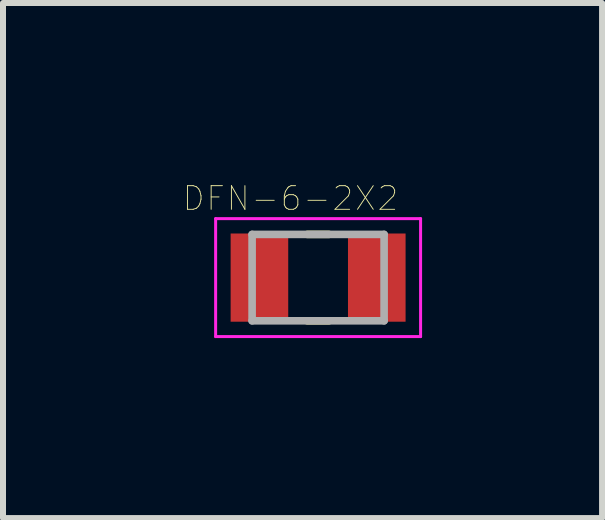
<source format=kicad_pcb>
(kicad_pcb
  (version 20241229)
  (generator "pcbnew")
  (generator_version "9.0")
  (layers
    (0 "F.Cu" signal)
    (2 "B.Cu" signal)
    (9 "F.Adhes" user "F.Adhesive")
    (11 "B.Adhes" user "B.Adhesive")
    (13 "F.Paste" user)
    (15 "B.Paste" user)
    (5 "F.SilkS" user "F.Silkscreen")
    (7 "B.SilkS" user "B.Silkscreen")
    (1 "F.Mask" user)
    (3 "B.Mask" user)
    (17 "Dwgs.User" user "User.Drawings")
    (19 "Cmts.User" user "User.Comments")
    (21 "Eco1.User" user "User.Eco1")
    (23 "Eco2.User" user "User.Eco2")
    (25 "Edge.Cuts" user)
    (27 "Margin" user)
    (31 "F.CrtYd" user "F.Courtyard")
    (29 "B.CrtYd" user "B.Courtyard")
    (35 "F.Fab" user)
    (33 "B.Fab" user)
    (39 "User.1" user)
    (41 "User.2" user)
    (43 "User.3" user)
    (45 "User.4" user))
  (footprint "DFN-6-2X2"
    (layer "F.Cu")
    (at 2.252 1.577)
    (property "Reference" "DFN-6-2X2" (at -0.46 -1.32 0) (layer "F.SilkS") (effects (font (size 0.394 0.394) (thickness 0.015))))
    (attr through_hole)
    (fp_line (start -0.18 -0.72) (end 0.18 -0.72) (stroke (width 0.127) (type solid)) (layer "F.SilkS"))
    (fp_line (start -0.18 0.72) (end 0.18 0.72) (stroke (width 0.127) (type solid)) (layer "F.SilkS"))
    (fp_line (start -1.708 -0.983) (end 1.708 -0.983) (stroke (width 0.05) (type solid)) (layer "F.CrtYd"))
    (fp_line (start -1.708 0.983) (end -1.708 -0.983) (stroke (width 0.05) (type solid)) (layer "F.CrtYd"))
    (fp_line (start -1.708 0.983) (end 1.708 0.983) (stroke (width 0.05) (type solid)) (layer "F.CrtYd"))
    (fp_line (start 1.708 0.983) (end 1.708 -0.983) (stroke (width 0.05) (type solid)) (layer "F.CrtYd"))
    (fp_line (start -1.1 0.72) (end -1.1 -0.72) (stroke (width 0.127) (type solid)) (layer "F.Fab"))
    (fp_line (start 1.1 -0.72) (end -1.1 -0.72) (stroke (width 0.127) (type solid)) (layer "F.Fab"))
    (fp_line (start 1.1 0.72) (end -1.1 0.72) (stroke (width 0.127) (type solid)) (layer "F.Fab"))
    (fp_line (start 1.1 0.72) (end 1.1 -0.72) (stroke (width 0.127) (type solid)) (layer "F.Fab"))
    (pad "1" smd rect (at -0.978 0) (size 0.96 1.47) (layers "F.Cu" "F.Mask" "F.Paste"))
    (pad "2" smd rect (at 0.978 0) (size 0.96 1.47) (layers "F.Cu" "F.Mask" "F.Paste")))
  (gr_rect
    (start -3 -3)
    (end 6.985 5.585)
    (stroke (width 0.1) (type default))
    (fill no)
    (layer "Edge.Cuts")))
</source>
